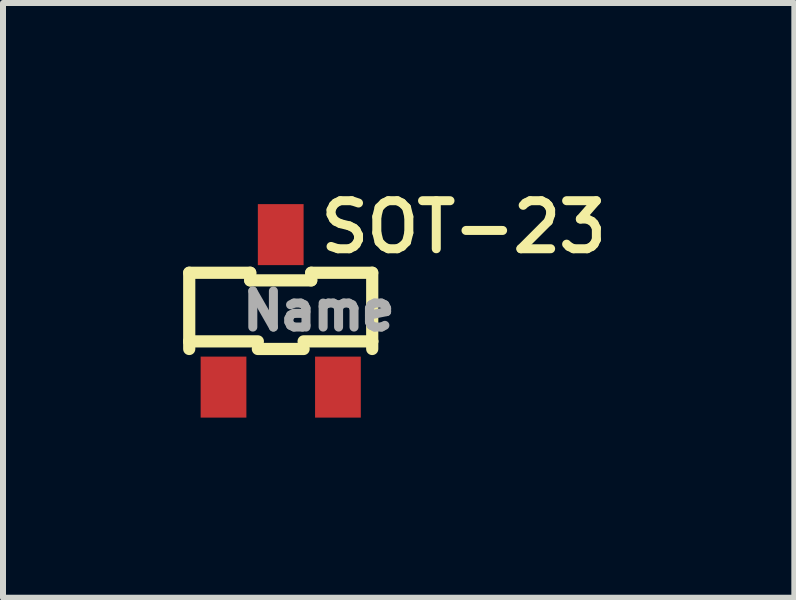
<source format=kicad_pcb>
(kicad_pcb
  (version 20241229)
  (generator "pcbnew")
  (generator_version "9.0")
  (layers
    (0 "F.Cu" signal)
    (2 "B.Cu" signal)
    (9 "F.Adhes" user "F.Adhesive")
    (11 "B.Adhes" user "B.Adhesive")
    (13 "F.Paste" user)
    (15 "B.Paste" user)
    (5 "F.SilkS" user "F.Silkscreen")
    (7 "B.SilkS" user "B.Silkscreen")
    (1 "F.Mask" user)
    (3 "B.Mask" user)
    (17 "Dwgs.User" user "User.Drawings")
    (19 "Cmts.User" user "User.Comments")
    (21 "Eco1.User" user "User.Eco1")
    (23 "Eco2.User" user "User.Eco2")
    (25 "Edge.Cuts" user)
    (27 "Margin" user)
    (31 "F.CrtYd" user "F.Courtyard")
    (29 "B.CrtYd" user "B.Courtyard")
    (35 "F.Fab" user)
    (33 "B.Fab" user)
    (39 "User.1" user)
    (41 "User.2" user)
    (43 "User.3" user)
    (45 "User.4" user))
  (footprint "SOT-23"
    (layer "F.Cu")
    (at 1.626 2.128)
    (property "Reference" "SOT-23" (at 3.048 -1.397 0) (layer "F.SilkS") (effects (font (size 0.8 0.8) (thickness 0.15))))
    (attr smd)
    (fp_line (start -1.524 -0.635) (end -0.508 -0.635) (stroke (width 0.203) (type solid)) (layer "F.SilkS"))
    (fp_line (start -1.524 0.508) (end -1.524 -0.635) (stroke (width 0.203) (type solid)) (layer "F.SilkS"))
    (fp_line (start -1.524 0.635) (end -1.524 0.508) (stroke (width 0.203) (type solid)) (layer "F.SilkS"))
    (fp_line (start -0.508 -0.635) (end -0.508 -0.508) (stroke (width 0.203) (type solid)) (layer "F.SilkS"))
    (fp_line (start -0.508 -0.508) (end 0.508 -0.508) (stroke (width 0.203) (type solid)) (layer "F.SilkS"))
    (fp_line (start -0.381 0.508) (end -1.524 0.508) (stroke (width 0.203) (type solid)) (layer "F.SilkS"))
    (fp_line (start 0.381 0.508) (end 1.524 0.508) (stroke (width 0.203) (type solid)) (layer "F.SilkS"))
    (fp_line (start 0.381 0.635) (end -0.381 0.635) (stroke (width 0.203) (type solid)) (layer "F.SilkS"))
    (fp_line (start 0.508 -0.635) (end 1.524 -0.635) (stroke (width 0.203) (type solid)) (layer "F.SilkS"))
    (fp_line (start 0.508 -0.508) (end 0.508 -0.635) (stroke (width 0.203) (type solid)) (layer "F.SilkS"))
    (fp_line (start 1.524 -0.635) (end 1.524 0.508) (stroke (width 0.203) (type solid)) (layer "F.SilkS"))
    (fp_line (start 1.524 0.508) (end 1.524 0.635) (stroke (width 0.203) (type solid)) (layer "F.SilkS"))
    (fp_text user "Name" (at 0.635 0 0) (layer "F.Fab") (effects (font (size 0.6 0.6) (thickness 0.15))))
    (pad "1" smd rect (at 0 -1.27) (size 0.762 1.016) (layers "F.Cu" "F.Mask" "F.Paste"))
    (pad "2" smd rect (at -0.953 1.27) (size 0.762 1.016) (layers "F.Cu" "F.Mask" "F.Paste"))
    (pad "3" smd rect (at 0.953 1.27) (size 0.762 1.016) (layers "F.Cu" "F.Mask" "F.Paste")))
  (gr_rect
    (start -3 -3)
    (end 10.181 6.906)
    (stroke (width 0.1) (type default))
    (fill no)
    (layer "Edge.Cuts")))
</source>
